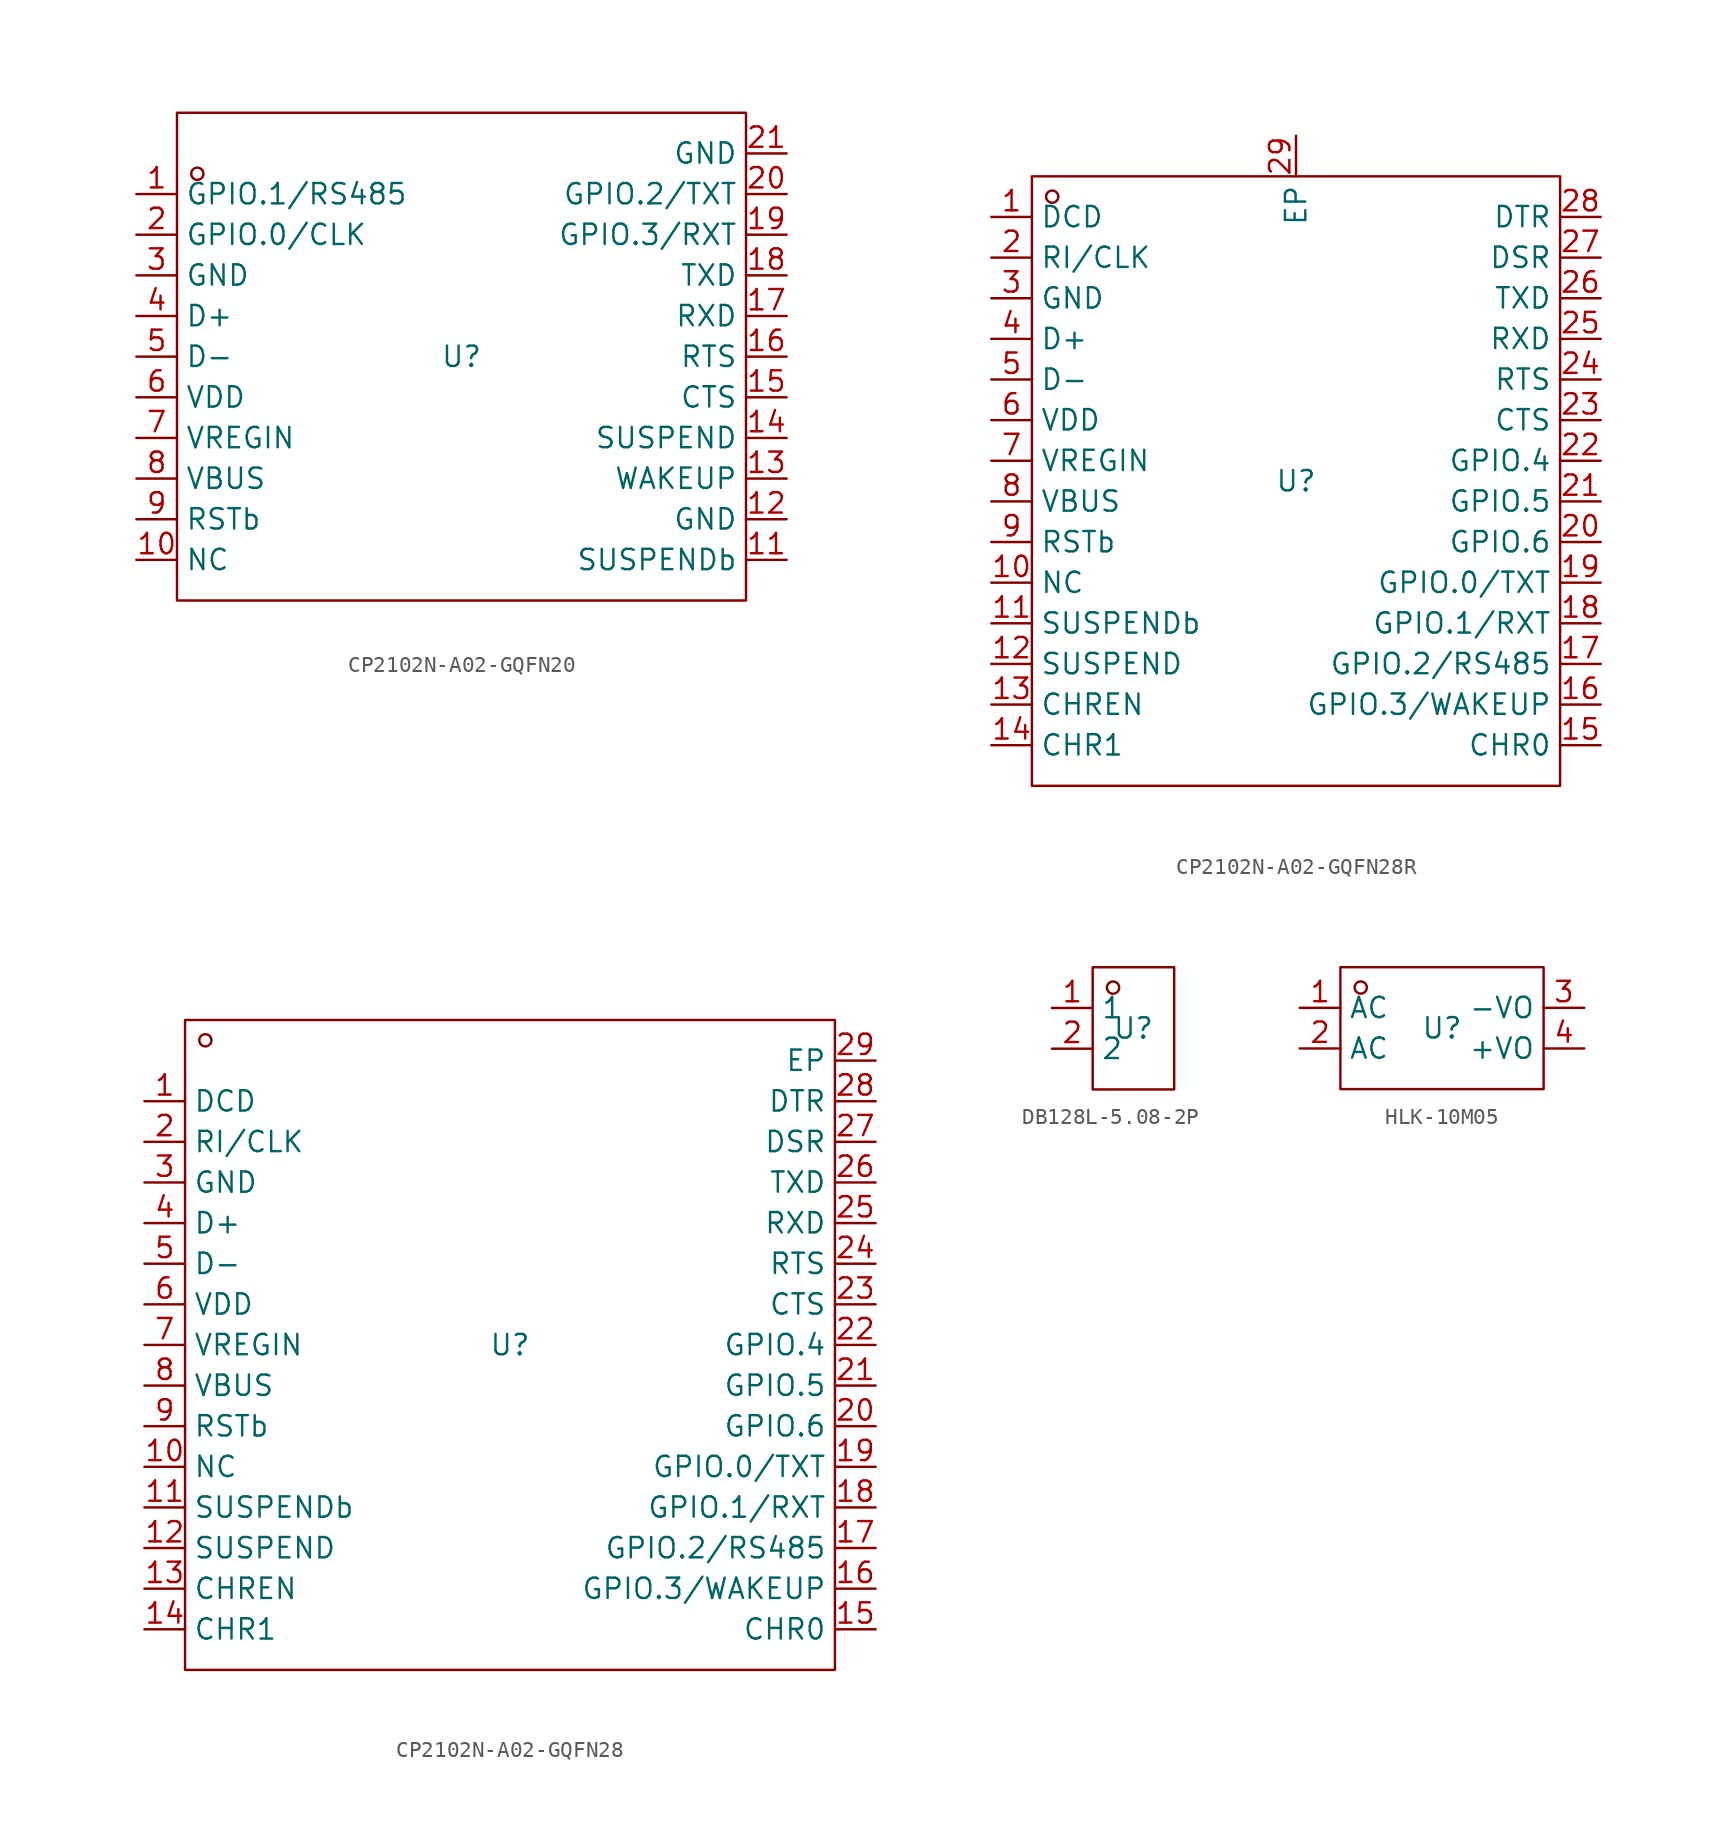
<source format=kicad_sym>
(kicad_symbol_lib
  (version 20231120)
  (generator "kicad_symbol_editor")
  (generator_version "8.0")
  (symbol "CP2102N-A02-GQFN20"
    (property "Reference" "U"
      (at 0 0 0)
      (effects (font (size 1.27 1.27))))
    (property "Value" ""
      (at 0 0 0)
      (effects (font (size 1.27 1.27))))
    (symbol "CP2102N-A02-GQFN20_1_0"
      (rectangle (start -17.78 -15.24) (end 17.78 15.24) (stroke (width 0) (type default)) (fill (type none)))
      (circle (center -16.51 11.43) (radius 0.381) (stroke (width 0) (type default)) (fill (type none)))
      (pin input line (at -20.32 10.16 0) (length 2.54) (name "GPIO.1/RS485" (effects (font (size 1.27 1.27)))) (number "1" (effects (font (size 1.27 1.27)))))
      (pin input line (at -20.32 -12.7 0) (length 2.54) (name "NC" (effects (font (size 1.27 1.27)))) (number "10" (effects (font (size 1.27 1.27)))))
      (pin input line (at 20.32 -12.7 180) (length 2.54) (name "SUSPENDb" (effects (font (size 1.27 1.27)))) (number "11" (effects (font (size 1.27 1.27)))))
      (pin input line (at 20.32 -10.16 180) (length 2.54) (name "GND" (effects (font (size 1.27 1.27)))) (number "12" (effects (font (size 1.27 1.27)))))
      (pin input line (at 20.32 -7.62 180) (length 2.54) (name "WAKEUP" (effects (font (size 1.27 1.27)))) (number "13" (effects (font (size 1.27 1.27)))))
      (pin input line (at 20.32 -5.08 180) (length 2.54) (name "SUSPEND" (effects (font (size 1.27 1.27)))) (number "14" (effects (font (size 1.27 1.27)))))
      (pin input line (at 20.32 -2.54 180) (length 2.54) (name "CTS" (effects (font (size 1.27 1.27)))) (number "15" (effects (font (size 1.27 1.27)))))
      (pin input line (at 20.32 0 180) (length 2.54) (name "RTS" (effects (font (size 1.27 1.27)))) (number "16" (effects (font (size 1.27 1.27)))))
      (pin input line (at 20.32 2.54 180) (length 2.54) (name "RXD" (effects (font (size 1.27 1.27)))) (number "17" (effects (font (size 1.27 1.27)))))
      (pin input line (at 20.32 5.08 180) (length 2.54) (name "TXD" (effects (font (size 1.27 1.27)))) (number "18" (effects (font (size 1.27 1.27)))))
      (pin input line (at 20.32 7.62 180) (length 2.54) (name "GPIO.3/RXT" (effects (font (size 1.27 1.27)))) (number "19" (effects (font (size 1.27 1.27)))))
      (pin input line (at -20.32 7.62 0) (length 2.54) (name "GPIO.0/CLK" (effects (font (size 1.27 1.27)))) (number "2" (effects (font (size 1.27 1.27)))))
      (pin input line (at 20.32 10.16 180) (length 2.54) (name "GPIO.2/TXT" (effects (font (size 1.27 1.27)))) (number "20" (effects (font (size 1.27 1.27)))))
      (pin input line (at 20.32 12.7 180) (length 2.54) (name "GND" (effects (font (size 1.27 1.27)))) (number "21" (effects (font (size 1.27 1.27)))))
      (pin input line (at -20.32 5.08 0) (length 2.54) (name "GND" (effects (font (size 1.27 1.27)))) (number "3" (effects (font (size 1.27 1.27)))))
      (pin input line (at -20.32 2.54 0) (length 2.54) (name "D+" (effects (font (size 1.27 1.27)))) (number "4" (effects (font (size 1.27 1.27)))))
      (pin input line (at -20.32 0 0) (length 2.54) (name "D-" (effects (font (size 1.27 1.27)))) (number "5" (effects (font (size 1.27 1.27)))))
      (pin input line (at -20.32 -2.54 0) (length 2.54) (name "VDD" (effects (font (size 1.27 1.27)))) (number "6" (effects (font (size 1.27 1.27)))))
      (pin input line (at -20.32 -5.08 0) (length 2.54) (name "VREGIN" (effects (font (size 1.27 1.27)))) (number "7" (effects (font (size 1.27 1.27)))))
      (pin input line (at -20.32 -7.62 0) (length 2.54) (name "VBUS" (effects (font (size 1.27 1.27)))) (number "8" (effects (font (size 1.27 1.27)))))
      (pin input line (at -20.32 -10.16 0) (length 2.54) (name "RSTb" (effects (font (size 1.27 1.27)))) (number "9" (effects (font (size 1.27 1.27)))))))
  (symbol "CP2102N-A02-GQFN28R"
    (property "Reference" "U"
      (at 0 0 0)
      (effects (font (size 1.27 1.27))))
    (property "Value" ""
      (at 0 0 0)
      (effects (font (size 1.27 1.27))))
    (symbol "CP2102N-A02-GQFN28R_1_0"
      (rectangle (start -16.51 -19.05) (end 16.51 19.05) (stroke (width 0) (type default)) (fill (type none)))
      (circle (center -15.24 17.78) (radius 0.381) (stroke (width 0) (type default)) (fill (type none)))
      (pin input line (at -19.05 16.51 0) (length 2.54) (name "DCD" (effects (font (size 1.27 1.27)))) (number "1" (effects (font (size 1.27 1.27)))))
      (pin input line (at -19.05 -6.35 0) (length 2.54) (name "NC" (effects (font (size 1.27 1.27)))) (number "10" (effects (font (size 1.27 1.27)))))
      (pin input line (at -19.05 -8.89 0) (length 2.54) (name "SUSPENDb" (effects (font (size 1.27 1.27)))) (number "11" (effects (font (size 1.27 1.27)))))
      (pin input line (at -19.05 -11.43 0) (length 2.54) (name "SUSPEND" (effects (font (size 1.27 1.27)))) (number "12" (effects (font (size 1.27 1.27)))))
      (pin input line (at -19.05 -13.97 0) (length 2.54) (name "CHREN" (effects (font (size 1.27 1.27)))) (number "13" (effects (font (size 1.27 1.27)))))
      (pin input line (at -19.05 -16.51 0) (length 2.54) (name "CHR1" (effects (font (size 1.27 1.27)))) (number "14" (effects (font (size 1.27 1.27)))))
      (pin input line (at 19.05 -16.51 180) (length 2.54) (name "CHR0" (effects (font (size 1.27 1.27)))) (number "15" (effects (font (size 1.27 1.27)))))
      (pin input line (at 19.05 -13.97 180) (length 2.54) (name "GPIO.3/WAKEUP" (effects (font (size 1.27 1.27)))) (number "16" (effects (font (size 1.27 1.27)))))
      (pin input line (at 19.05 -11.43 180) (length 2.54) (name "GPIO.2/RS485" (effects (font (size 1.27 1.27)))) (number "17" (effects (font (size 1.27 1.27)))))
      (pin input line (at 19.05 -8.89 180) (length 2.54) (name "GPIO.1/RXT" (effects (font (size 1.27 1.27)))) (number "18" (effects (font (size 1.27 1.27)))))
      (pin input line (at 19.05 -6.35 180) (length 2.54) (name "GPIO.0/TXT" (effects (font (size 1.27 1.27)))) (number "19" (effects (font (size 1.27 1.27)))))
      (pin input line (at -19.05 13.97 0) (length 2.54) (name "RI/CLK" (effects (font (size 1.27 1.27)))) (number "2" (effects (font (size 1.27 1.27)))))
      (pin input line (at 19.05 -3.81 180) (length 2.54) (name "GPIO.6" (effects (font (size 1.27 1.27)))) (number "20" (effects (font (size 1.27 1.27)))))
      (pin input line (at 19.05 -1.27 180) (length 2.54) (name "GPIO.5" (effects (font (size 1.27 1.27)))) (number "21" (effects (font (size 1.27 1.27)))))
      (pin input line (at 19.05 1.27 180) (length 2.54) (name "GPIO.4" (effects (font (size 1.27 1.27)))) (number "22" (effects (font (size 1.27 1.27)))))
      (pin input line (at 19.05 3.81 180) (length 2.54) (name "CTS" (effects (font (size 1.27 1.27)))) (number "23" (effects (font (size 1.27 1.27)))))
      (pin input line (at 19.05 6.35 180) (length 2.54) (name "RTS" (effects (font (size 1.27 1.27)))) (number "24" (effects (font (size 1.27 1.27)))))
      (pin input line (at 19.05 8.89 180) (length 2.54) (name "RXD" (effects (font (size 1.27 1.27)))) (number "25" (effects (font (size 1.27 1.27)))))
      (pin input line (at 19.05 11.43 180) (length 2.54) (name "TXD" (effects (font (size 1.27 1.27)))) (number "26" (effects (font (size 1.27 1.27)))))
      (pin input line (at 19.05 13.97 180) (length 2.54) (name "DSR" (effects (font (size 1.27 1.27)))) (number "27" (effects (font (size 1.27 1.27)))))
      (pin input line (at 19.05 16.51 180) (length 2.54) (name "DTR" (effects (font (size 1.27 1.27)))) (number "28" (effects (font (size 1.27 1.27)))))
      (pin input line (at 0 21.59 270) (length 2.54) (name "EP" (effects (font (size 1.27 1.27)))) (number "29" (effects (font (size 1.27 1.27)))))
      (pin input line (at -19.05 11.43 0) (length 2.54) (name "GND" (effects (font (size 1.27 1.27)))) (number "3" (effects (font (size 1.27 1.27)))))
      (pin input line (at -19.05 8.89 0) (length 2.54) (name "D+" (effects (font (size 1.27 1.27)))) (number "4" (effects (font (size 1.27 1.27)))))
      (pin input line (at -19.05 6.35 0) (length 2.54) (name "D-" (effects (font (size 1.27 1.27)))) (number "5" (effects (font (size 1.27 1.27)))))
      (pin input line (at -19.05 3.81 0) (length 2.54) (name "VDD" (effects (font (size 1.27 1.27)))) (number "6" (effects (font (size 1.27 1.27)))))
      (pin input line (at -19.05 1.27 0) (length 2.54) (name "VREGIN" (effects (font (size 1.27 1.27)))) (number "7" (effects (font (size 1.27 1.27)))))
      (pin input line (at -19.05 -1.27 0) (length 2.54) (name "VBUS" (effects (font (size 1.27 1.27)))) (number "8" (effects (font (size 1.27 1.27)))))
      (pin input line (at -19.05 -3.81 0) (length 2.54) (name "RSTb" (effects (font (size 1.27 1.27)))) (number "9" (effects (font (size 1.27 1.27)))))))
  (symbol "CP2102N-A02-GQFN28"
    (property "Reference" "U"
      (at 0 0 0)
      (effects (font (size 1.27 1.27))))
    (property "Value" ""
      (at 0 0 0)
      (effects (font (size 1.27 1.27))))
    (symbol "CP2102N-A02-GQFN28_1_0"
      (rectangle (start -20.32 -20.32) (end 20.32 20.32) (stroke (width 0) (type default)) (fill (type none)))
      (circle (center -19.05 19.05) (radius 0.381) (stroke (width 0) (type default)) (fill (type none)))
      (pin input line (at -22.86 15.24 0) (length 2.54) (name "DCD" (effects (font (size 1.27 1.27)))) (number "1" (effects (font (size 1.27 1.27)))))
      (pin input line (at -22.86 -7.62 0) (length 2.54) (name "NC" (effects (font (size 1.27 1.27)))) (number "10" (effects (font (size 1.27 1.27)))))
      (pin input line (at -22.86 -10.16 0) (length 2.54) (name "SUSPENDb" (effects (font (size 1.27 1.27)))) (number "11" (effects (font (size 1.27 1.27)))))
      (pin input line (at -22.86 -12.7 0) (length 2.54) (name "SUSPEND" (effects (font (size 1.27 1.27)))) (number "12" (effects (font (size 1.27 1.27)))))
      (pin input line (at -22.86 -15.24 0) (length 2.54) (name "CHREN" (effects (font (size 1.27 1.27)))) (number "13" (effects (font (size 1.27 1.27)))))
      (pin input line (at -22.86 -17.78 0) (length 2.54) (name "CHR1" (effects (font (size 1.27 1.27)))) (number "14" (effects (font (size 1.27 1.27)))))
      (pin input line (at 22.86 -17.78 180) (length 2.54) (name "CHR0" (effects (font (size 1.27 1.27)))) (number "15" (effects (font (size 1.27 1.27)))))
      (pin input line (at 22.86 -15.24 180) (length 2.54) (name "GPIO.3/WAKEUP" (effects (font (size 1.27 1.27)))) (number "16" (effects (font (size 1.27 1.27)))))
      (pin input line (at 22.86 -12.7 180) (length 2.54) (name "GPIO.2/RS485" (effects (font (size 1.27 1.27)))) (number "17" (effects (font (size 1.27 1.27)))))
      (pin input line (at 22.86 -10.16 180) (length 2.54) (name "GPIO.1/RXT" (effects (font (size 1.27 1.27)))) (number "18" (effects (font (size 1.27 1.27)))))
      (pin input line (at 22.86 -7.62 180) (length 2.54) (name "GPIO.0/TXT" (effects (font (size 1.27 1.27)))) (number "19" (effects (font (size 1.27 1.27)))))
      (pin input line (at -22.86 12.7 0) (length 2.54) (name "RI/CLK" (effects (font (size 1.27 1.27)))) (number "2" (effects (font (size 1.27 1.27)))))
      (pin input line (at 22.86 -5.08 180) (length 2.54) (name "GPIO.6" (effects (font (size 1.27 1.27)))) (number "20" (effects (font (size 1.27 1.27)))))
      (pin input line (at 22.86 -2.54 180) (length 2.54) (name "GPIO.5" (effects (font (size 1.27 1.27)))) (number "21" (effects (font (size 1.27 1.27)))))
      (pin input line (at 22.86 0 180) (length 2.54) (name "GPIO.4" (effects (font (size 1.27 1.27)))) (number "22" (effects (font (size 1.27 1.27)))))
      (pin input line (at 22.86 2.54 180) (length 2.54) (name "CTS" (effects (font (size 1.27 1.27)))) (number "23" (effects (font (size 1.27 1.27)))))
      (pin input line (at 22.86 5.08 180) (length 2.54) (name "RTS" (effects (font (size 1.27 1.27)))) (number "24" (effects (font (size 1.27 1.27)))))
      (pin input line (at 22.86 7.62 180) (length 2.54) (name "RXD" (effects (font (size 1.27 1.27)))) (number "25" (effects (font (size 1.27 1.27)))))
      (pin input line (at 22.86 10.16 180) (length 2.54) (name "TXD" (effects (font (size 1.27 1.27)))) (number "26" (effects (font (size 1.27 1.27)))))
      (pin input line (at 22.86 12.7 180) (length 2.54) (name "DSR" (effects (font (size 1.27 1.27)))) (number "27" (effects (font (size 1.27 1.27)))))
      (pin input line (at 22.86 15.24 180) (length 2.54) (name "DTR" (effects (font (size 1.27 1.27)))) (number "28" (effects (font (size 1.27 1.27)))))
      (pin input line (at 22.86 17.78 180) (length 2.54) (name "EP" (effects (font (size 1.27 1.27)))) (number "29" (effects (font (size 1.27 1.27)))))
      (pin input line (at -22.86 10.16 0) (length 2.54) (name "GND" (effects (font (size 1.27 1.27)))) (number "3" (effects (font (size 1.27 1.27)))))
      (pin input line (at -22.86 7.62 0) (length 2.54) (name "D+" (effects (font (size 1.27 1.27)))) (number "4" (effects (font (size 1.27 1.27)))))
      (pin input line (at -22.86 5.08 0) (length 2.54) (name "D-" (effects (font (size 1.27 1.27)))) (number "5" (effects (font (size 1.27 1.27)))))
      (pin input line (at -22.86 2.54 0) (length 2.54) (name "VDD" (effects (font (size 1.27 1.27)))) (number "6" (effects (font (size 1.27 1.27)))))
      (pin input line (at -22.86 0 0) (length 2.54) (name "VREGIN" (effects (font (size 1.27 1.27)))) (number "7" (effects (font (size 1.27 1.27)))))
      (pin input line (at -22.86 -2.54 0) (length 2.54) (name "VBUS" (effects (font (size 1.27 1.27)))) (number "8" (effects (font (size 1.27 1.27)))))
      (pin input line (at -22.86 -5.08 0) (length 2.54) (name "RSTb" (effects (font (size 1.27 1.27)))) (number "9" (effects (font (size 1.27 1.27)))))))
  (symbol "DB128L-5.08-2P"
    (property "Reference" "U"
      (at 0 0 0)
      (effects (font (size 1.27 1.27))))
    (property "Value" ""
      (at 0 0 0)
      (effects (font (size 1.27 1.27))))
    (symbol "DB128L-5.08-2P_1_0"
      (rectangle (start -2.54 -3.81) (end 2.54 3.81) (stroke (width 0) (type default)) (fill (type none)))
      (circle (center -1.27 2.54) (radius 0.381) (stroke (width 0) (type default)) (fill (type none)))
      (pin unspecified line (at -5.08 1.27 0) (length 2.54) (name "1" (effects (font (size 1.27 1.27)))) (number "1" (effects (font (size 1.27 1.27)))))
      (pin unspecified line (at -5.08 -1.27 0) (length 2.54) (name "2" (effects (font (size 1.27 1.27)))) (number "2" (effects (font (size 1.27 1.27)))))))
  (symbol "HLK-10M05"
    (property "Reference" "U"
      (at 0 0 0)
      (effects (font (size 1.27 1.27))))
    (property "Value" ""
      (at 0 0 0)
      (effects (font (size 1.27 1.27))))
    (symbol "HLK-10M05_1_0"
      (rectangle (start -6.35 -3.81) (end 6.35 3.81) (stroke (width 0) (type default)) (fill (type none)))
      (circle (center -5.08 2.54) (radius 0.381) (stroke (width 0) (type default)) (fill (type none)))
      (pin input line (at -8.89 1.27 0) (length 2.54) (name "AC" (effects (font (size 1.27 1.27)))) (number "1" (effects (font (size 1.27 1.27)))))
      (pin input line (at -8.89 -1.27 0) (length 2.54) (name "AC" (effects (font (size 1.27 1.27)))) (number "2" (effects (font (size 1.27 1.27)))))
      (pin input line (at 8.89 1.27 180) (length 2.54) (name "-VO" (effects (font (size 1.27 1.27)))) (number "3" (effects (font (size 1.27 1.27)))))
      (pin input line (at 8.89 -1.27 180) (length 2.54) (name "+VO" (effects (font (size 1.27 1.27)))) (number "4" (effects (font (size 1.27 1.27))))))))
</source>
